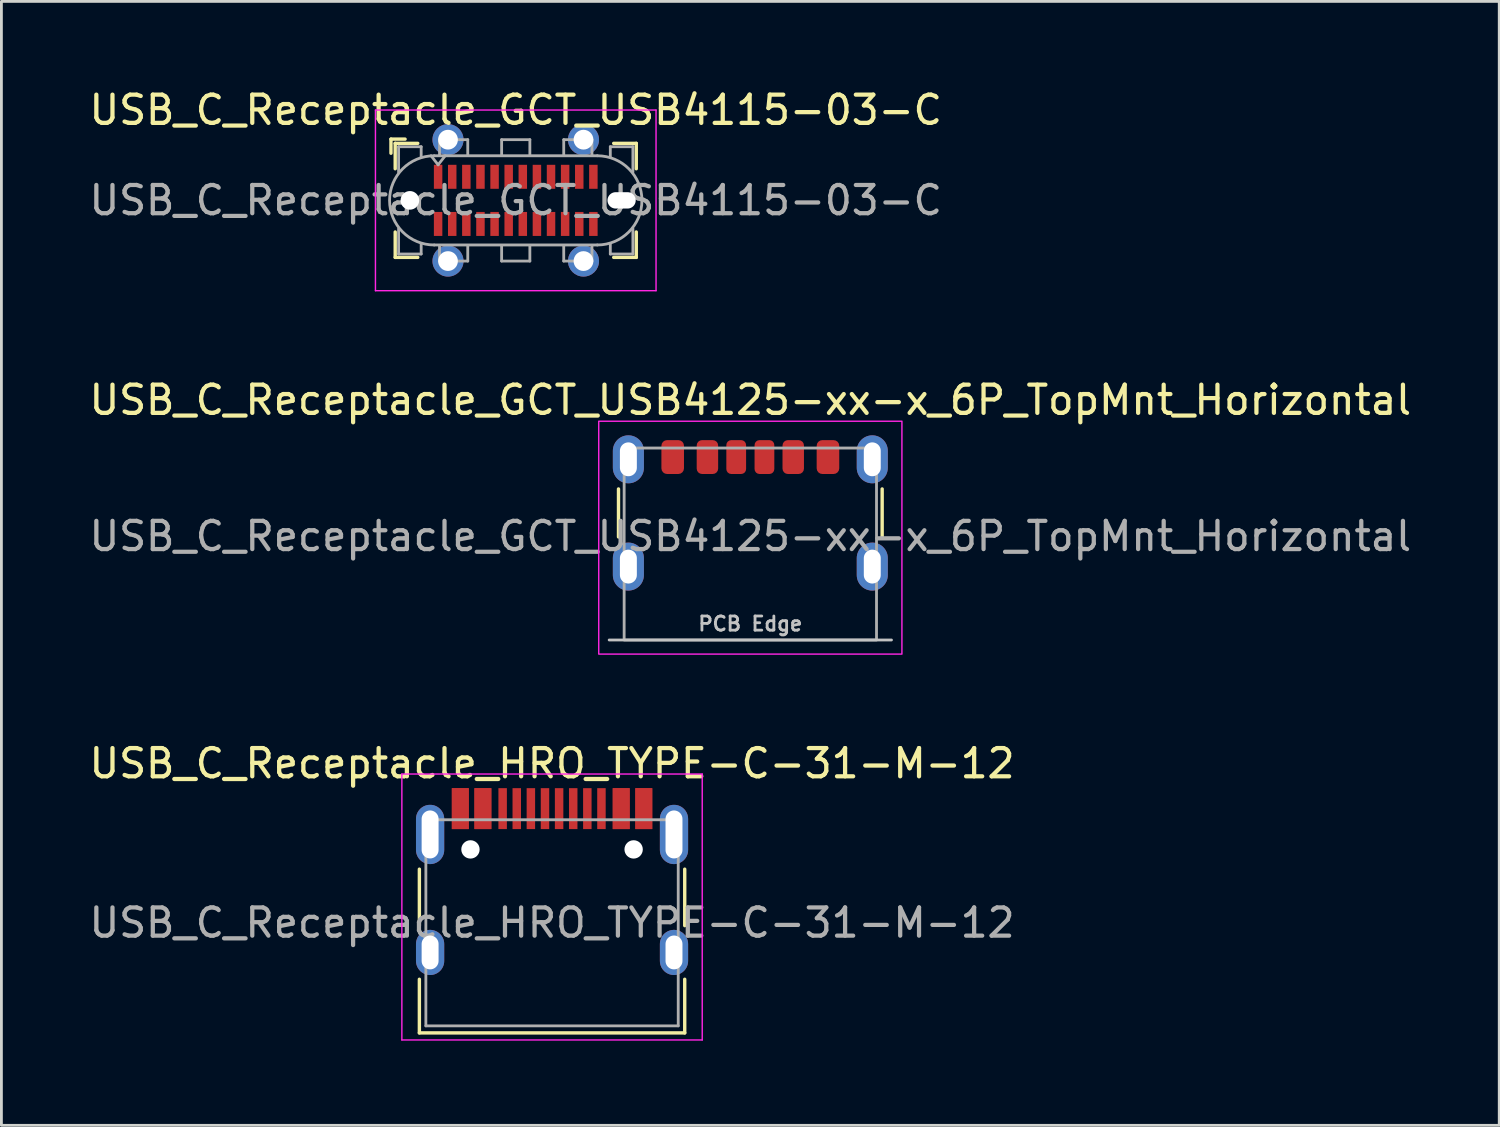
<source format=kicad_pcb>
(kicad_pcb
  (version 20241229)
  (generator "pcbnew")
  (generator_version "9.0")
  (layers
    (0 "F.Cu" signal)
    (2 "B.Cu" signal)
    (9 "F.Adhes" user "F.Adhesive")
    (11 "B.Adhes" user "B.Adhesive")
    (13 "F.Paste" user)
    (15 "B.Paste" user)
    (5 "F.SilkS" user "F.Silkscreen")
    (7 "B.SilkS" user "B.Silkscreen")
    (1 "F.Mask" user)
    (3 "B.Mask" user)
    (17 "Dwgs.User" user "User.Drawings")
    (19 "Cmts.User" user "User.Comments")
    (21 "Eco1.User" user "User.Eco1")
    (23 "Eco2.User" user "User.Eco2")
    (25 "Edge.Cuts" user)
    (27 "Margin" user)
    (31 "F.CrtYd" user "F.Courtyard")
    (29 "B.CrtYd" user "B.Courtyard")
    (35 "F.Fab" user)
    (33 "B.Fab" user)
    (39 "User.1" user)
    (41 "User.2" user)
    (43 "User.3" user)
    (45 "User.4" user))
  (footprint "USB_C_Receptacle_HRO_TYPE-C-31-M-12"
    (layer "F.Cu")
    (at 16.506 29.64)
    (property "Reference" "USB_C_Receptacle_HRO_TYPE-C-31-M-12" (at 0 -5.645 0) (layer "F.SilkS") (effects (font (size 1 1) (thickness 0.15))))
    (attr smd)
    (fp_line (start -4.7 -1.9) (end -4.7 0.1) (stroke (width 0.12) (type solid)) (layer "F.SilkS"))
    (fp_line (start -4.7 2) (end -4.7 3.9) (stroke (width 0.12) (type solid)) (layer "F.SilkS"))
    (fp_line (start -4.7 3.9) (end 4.7 3.9) (stroke (width 0.12) (type solid)) (layer "F.SilkS"))
    (fp_line (start 4.7 -1.9) (end 4.7 0.1) (stroke (width 0.12) (type solid)) (layer "F.SilkS"))
    (fp_line (start 4.7 2) (end 4.7 3.9) (stroke (width 0.12) (type solid)) (layer "F.SilkS"))
    (fp_line (start -5.32 -5.27) (end -5.32 4.15) (stroke (width 0.05) (type solid)) (layer "F.CrtYd"))
    (fp_line (start -5.32 -5.27) (end 5.32 -5.27) (stroke (width 0.05) (type solid)) (layer "F.CrtYd"))
    (fp_line (start -5.32 4.15) (end 5.32 4.15) (stroke (width 0.05) (type solid)) (layer "F.CrtYd"))
    (fp_line (start 5.32 -5.27) (end 5.32 4.15) (stroke (width 0.05) (type solid)) (layer "F.CrtYd"))
    (fp_line (start -4.47 -3.65) (end -4.47 3.65) (stroke (width 0.1) (type solid)) (layer "F.Fab"))
    (fp_line (start -4.47 -3.65) (end 4.47 -3.65) (stroke (width 0.1) (type solid)) (layer "F.Fab"))
    (fp_line (start -4.47 3.65) (end 4.47 3.65) (stroke (width 0.1) (type solid)) (layer "F.Fab"))
    (fp_line (start 4.47 -3.65) (end 4.47 3.65) (stroke (width 0.1) (type solid)) (layer "F.Fab"))
    (fp_text user "${REFERENCE}" (at 0 0 0) (layer "F.Fab") (effects (font (size 1 1) (thickness 0.15))))
    (pad "" np_thru_hole circle (at -2.89 -2.6) (size 0.65 0.65) (drill 0.65) (layers "*.Cu" "*.Mask"))
    (pad "" np_thru_hole circle (at 2.89 -2.6) (size 0.65 0.65) (drill 0.65) (layers "*.Cu" "*.Mask"))
    (pad "A1" smd rect (at -3.25 -4.045) (size 0.6 1.45) (layers "F.Cu" "F.Mask" "F.Paste"))
    (pad "A4" smd rect (at -2.45 -4.045) (size 0.6 1.45) (layers "F.Cu" "F.Mask" "F.Paste"))
    (pad "A5" smd rect (at -1.25 -4.045) (size 0.3 1.45) (layers "F.Cu" "F.Mask" "F.Paste"))
    (pad "A6" smd rect (at -0.25 -4.045) (size 0.3 1.45) (layers "F.Cu" "F.Mask" "F.Paste"))
    (pad "A7" smd rect (at 0.25 -4.045) (size 0.3 1.45) (layers "F.Cu" "F.Mask" "F.Paste"))
    (pad "A8" smd rect (at 1.25 -4.045) (size 0.3 1.45) (layers "F.Cu" "F.Mask" "F.Paste"))
    (pad "A9" smd rect (at 2.45 -4.045) (size 0.6 1.45) (layers "F.Cu" "F.Mask" "F.Paste"))
    (pad "A12" smd rect (at 3.25 -4.045) (size 0.6 1.45) (layers "F.Cu" "F.Mask" "F.Paste"))
    (pad "B1" smd rect (at 3.25 -4.045) (size 0.6 1.45) (layers "F.Cu" "F.Mask" "F.Paste"))
    (pad "B4" smd rect (at 2.45 -4.045) (size 0.6 1.45) (layers "F.Cu" "F.Mask" "F.Paste"))
    (pad "B5" smd rect (at 1.75 -4.045) (size 0.3 1.45) (layers "F.Cu" "F.Mask" "F.Paste"))
    (pad "B6" smd rect (at 0.75 -4.045) (size 0.3 1.45) (layers "F.Cu" "F.Mask" "F.Paste"))
    (pad "B7" smd rect (at -0.75 -4.045) (size 0.3 1.45) (layers "F.Cu" "F.Mask" "F.Paste"))
    (pad "B8" smd rect (at -1.75 -4.045) (size 0.3 1.45) (layers "F.Cu" "F.Mask" "F.Paste"))
    (pad "B9" smd rect (at -2.45 -4.045) (size 0.6 1.45) (layers "F.Cu" "F.Mask" "F.Paste"))
    (pad "B12" smd rect (at -3.25 -4.045) (size 0.6 1.45) (layers "F.Cu" "F.Mask" "F.Paste"))
    (pad "S1" thru_hole oval (at -4.32 -3.13) (size 1 2.1) (drill oval 0.6 1.7) (layers "*.Cu" "*.Mask"))
    (pad "S1" thru_hole oval (at -4.32 1.05) (size 1 1.6) (drill oval 0.6 1.2) (layers "*.Cu" "*.Mask"))
    (pad "S1" thru_hole oval (at 4.32 -3.13) (size 1 2.1) (drill oval 0.6 1.7) (layers "*.Cu" "*.Mask"))
    (pad "S1" thru_hole oval (at 4.32 1.05) (size 1 1.6) (drill oval 0.6 1.2) (layers "*.Cu" "*.Mask")))
  (footprint "USB_C_Receptacle_GCT_USB4125-xx-x_6P_TopMnt_Horizontal"
    (layer "F.Cu")
    (at 23.53 16.221)
    (property "Reference" "USB_C_Receptacle_GCT_USB4125-xx-x_6P_TopMnt_Horizontal" (at 0 -5.1 0) (unlocked yes) (layer "F.SilkS") (effects (font (size 1 1) (thickness 0.15))))
    (attr smd)
    (fp_line (start -4.67 -0.25) (end -4.67 -1.95) (stroke (width 0.12) (type solid)) (layer "F.SilkS"))
    (fp_line (start 4.67 -0.25) (end 4.67 -1.95) (stroke (width 0.12) (type solid)) (layer "F.SilkS"))
    (fp_line (start 5 3.4) (end -5 3.4) (stroke (width 0.1) (type solid)) (layer "Dwgs.User"))
    (fp_rect (start -5.37 -4.35) (end 5.37 3.9) (stroke (width 0.05) (type solid)) (fill no) (layer "F.CrtYd"))
    (fp_rect (start -4.47 -3.4) (end 4.47 3.4) (stroke (width 0.1) (type solid)) (fill no) (layer "F.Fab"))
    (fp_text user "PCB Edge" (at 0 2.825 0) (unlocked yes) (layer "Dwgs.User") (effects (font (size 0.5 0.5) (thickness 0.1))))
    (fp_text user "${REFERENCE}" (at 0 -0.275 0) (unlocked yes) (layer "F.Fab") (effects (font (size 1 1) (thickness 0.15))))
    (pad "A5" smd roundrect (at -0.5 -3.08) (size 0.7 1.2) (layers "F.Cu" "F.Mask" "F.Paste") (roundrect_rratio 0.25))
    (pad "A9" smd roundrect (at 1.52 -3.08 180) (size 0.76 1.2) (layers "F.Cu" "F.Mask" "F.Paste") (roundrect_rratio 0.25))
    (pad "A12" smd roundrect (at 2.75 -3.08 180) (size 0.8 1.2) (layers "F.Cu" "F.Mask" "F.Paste") (roundrect_rratio 0.25))
    (pad "B5" smd roundrect (at 0.5 -3.08 180) (size 0.7 1.2) (layers "F.Cu" "F.Mask" "F.Paste") (roundrect_rratio 0.25))
    (pad "B9" smd roundrect (at -1.52 -3.08) (size 0.76 1.2) (layers "F.Cu" "F.Mask" "F.Paste") (roundrect_rratio 0.25))
    (pad "B12" smd roundrect (at -2.75 -3.08) (size 0.8 1.2) (layers "F.Cu" "F.Mask" "F.Paste") (roundrect_rratio 0.25))
    (pad "S1" thru_hole oval (at -4.32 -3) (size 1.1 1.7) (drill oval 0.6 1.2) (layers "*.Cu" "*.Mask" "F.Paste"))
    (pad "S1" thru_hole oval (at -4.32 0.8) (size 1.1 1.7) (drill oval 0.6 1.2) (layers "*.Cu" "*.Mask" "F.Paste"))
    (pad "S1" thru_hole oval (at 4.32 -3) (size 1.1 1.7) (drill oval 0.6 1.2) (layers "*.Cu" "*.Mask" "F.Paste"))
    (pad "S1" thru_hole oval (at 4.32 0.8) (size 1.1 1.7) (drill oval 0.6 1.2) (layers "*.Cu" "*.Mask" "F.Paste")))
  (footprint "USB_C_Receptacle_GCT_USB4115-03-C"
    (layer "F.Cu")
    (at 15.22 4.048)
    (property "Reference" "USB_C_Receptacle_GCT_USB4115-03-C" (at 0 -3.2 0) (layer "F.SilkS") (effects (font (size 1 1) (thickness 0.15))))
    (attr smd)
    (fp_line (start -4.42 -2.17) (end -4.42 -1.67) (stroke (width 0.12) (type solid)) (layer "F.SilkS"))
    (fp_line (start -4.42 -2.17) (end -3.92 -2.17) (stroke (width 0.12) (type solid)) (layer "F.SilkS"))
    (fp_line (start -4.27 -2.02) (end -4.27 -1.12) (stroke (width 0.12) (type solid)) (layer "F.SilkS"))
    (fp_line (start -4.27 -2.02) (end -3.47 -2.02) (stroke (width 0.12) (type solid)) (layer "F.SilkS"))
    (fp_line (start -4.27 2.02) (end -4.27 1.12) (stroke (width 0.12) (type solid)) (layer "F.SilkS"))
    (fp_line (start -4.27 2.02) (end -3.47 2.02) (stroke (width 0.12) (type solid)) (layer "F.SilkS"))
    (fp_line (start 4.27 -2.02) (end 3.47 -2.02) (stroke (width 0.12) (type solid)) (layer "F.SilkS"))
    (fp_line (start 4.27 -2.02) (end 4.27 -1.12) (stroke (width 0.12) (type solid)) (layer "F.SilkS"))
    (fp_line (start 4.27 2.02) (end 3.47 2.02) (stroke (width 0.12) (type solid)) (layer "F.SilkS"))
    (fp_line (start 4.27 2.02) (end 4.27 1.12) (stroke (width 0.12) (type solid)) (layer "F.SilkS"))
    (fp_line (start -4.97 -3.2) (end -4.97 3.2) (stroke (width 0.05) (type solid)) (layer "F.CrtYd"))
    (fp_line (start -4.97 3.2) (end 4.97 3.2) (stroke (width 0.05) (type solid)) (layer "F.CrtYd"))
    (fp_line (start 4.97 -3.2) (end -4.97 -3.2) (stroke (width 0.05) (type solid)) (layer "F.CrtYd"))
    (fp_line (start 4.97 3.2) (end 4.97 -3.2) (stroke (width 0.05) (type solid)) (layer "F.CrtYd"))
    (fp_line (start -4.15 -1.9) (end -4.15 -1) (stroke (width 0.1) (type solid)) (layer "F.Fab"))
    (fp_line (start -4.15 -1.9) (end -3.35 -1.9) (stroke (width 0.1) (type solid)) (layer "F.Fab"))
    (fp_line (start -4.15 1.9) (end -4.15 1) (stroke (width 0.1) (type solid)) (layer "F.Fab"))
    (fp_line (start -4.15 1.9) (end -3.35 1.9) (stroke (width 0.1) (type solid)) (layer "F.Fab"))
    (fp_line (start -3.35 -1.9) (end -3.35 -1.55) (stroke (width 0.1) (type solid)) (layer "F.Fab"))
    (fp_line (start -3.35 1.9) (end -3.35 1.55) (stroke (width 0.1) (type solid)) (layer "F.Fab"))
    (fp_line (start -2.89 1.58) (end 2.89 1.58) (stroke (width 0.1) (type solid)) (layer "F.Fab"))
    (fp_line (start -2.75 -1.26) (end -3 -1.58) (stroke (width 0.1) (type solid)) (layer "F.Fab"))
    (fp_line (start -2.7 -2.15) (end -1.7 -2.15) (stroke (width 0.1) (type solid)) (layer "F.Fab"))
    (fp_line (start -2.7 -1.6) (end -2.7 -2.15) (stroke (width 0.1) (type solid)) (layer "F.Fab"))
    (fp_line (start -2.7 1.6) (end -2.7 2.15) (stroke (width 0.1) (type solid)) (layer "F.Fab"))
    (fp_line (start -2.7 2.15) (end -1.7 2.15) (stroke (width 0.1) (type solid)) (layer "F.Fab"))
    (fp_line (start -2.5 -1.58) (end -2.75 -1.26) (stroke (width 0.1) (type solid)) (layer "F.Fab"))
    (fp_line (start -1.7 -2.15) (end -1.7 -1.6) (stroke (width 0.1) (type solid)) (layer "F.Fab"))
    (fp_line (start -1.7 2.15) (end -1.7 1.6) (stroke (width 0.1) (type solid)) (layer "F.Fab"))
    (fp_line (start -0.5 -2.15) (end 0.5 -2.15) (stroke (width 0.1) (type solid)) (layer "F.Fab"))
    (fp_line (start -0.5 -1.6) (end -0.5 -2.15) (stroke (width 0.1) (type solid)) (layer "F.Fab"))
    (fp_line (start -0.5 2.15) (end -0.5 1.6) (stroke (width 0.1) (type solid)) (layer "F.Fab"))
    (fp_line (start 0.5 -2.15) (end 0.5 -1.6) (stroke (width 0.1) (type solid)) (layer "F.Fab"))
    (fp_line (start 0.5 1.6) (end 0.5 2.15) (stroke (width 0.1) (type solid)) (layer "F.Fab"))
    (fp_line (start 0.5 2.15) (end -0.5 2.15) (stroke (width 0.1) (type solid)) (layer "F.Fab"))
    (fp_line (start 1.7 -2.15) (end 1.7 -1.6) (stroke (width 0.1) (type solid)) (layer "F.Fab"))
    (fp_line (start 1.7 2.15) (end 1.7 1.6) (stroke (width 0.1) (type solid)) (layer "F.Fab"))
    (fp_line (start 2.7 -2.15) (end 1.7 -2.15) (stroke (width 0.1) (type solid)) (layer "F.Fab"))
    (fp_line (start 2.7 -1.6) (end 2.7 -2.15) (stroke (width 0.1) (type solid)) (layer "F.Fab"))
    (fp_line (start 2.7 1.6) (end 2.7 2.15) (stroke (width 0.1) (type solid)) (layer "F.Fab"))
    (fp_line (start 2.7 2.15) (end 1.7 2.15) (stroke (width 0.1) (type solid)) (layer "F.Fab"))
    (fp_line (start 2.89 -1.58) (end -2.89 -1.58) (stroke (width 0.1) (type solid)) (layer "F.Fab"))
    (fp_line (start 3.35 -1.9) (end 3.35 -1.55) (stroke (width 0.1) (type solid)) (layer "F.Fab"))
    (fp_line (start 3.35 1.9) (end 3.35 1.55) (stroke (width 0.1) (type solid)) (layer "F.Fab"))
    (fp_line (start 4.15 -1.9) (end 3.35 -1.9) (stroke (width 0.1) (type solid)) (layer "F.Fab"))
    (fp_line (start 4.15 -1.9) (end 4.15 -1) (stroke (width 0.1) (type solid)) (layer "F.Fab"))
    (fp_line (start 4.15 1.9) (end 3.35 1.9) (stroke (width 0.1) (type solid)) (layer "F.Fab"))
    (fp_line (start 4.15 1.9) (end 4.15 1) (stroke (width 0.1) (type solid)) (layer "F.Fab"))
    (fp_arc (start -2.89 1.58) (mid -4.47 0) (end -2.89 -1.58) (stroke (width 0.1) (type solid)) (layer "F.Fab"))
    (fp_arc (start 2.89 -1.58) (mid 4.47 0) (end 2.89 1.58) (stroke (width 0.1) (type solid)) (layer "F.Fab"))
    (fp_text user "${REFERENCE}" (at 0 0 0) (unlocked yes) (layer "F.Fab") (effects (font (size 1 1) (thickness 0.15))))
    (pad "" np_thru_hole circle (at -3.75 0) (size 0.66 0.66) (drill 0.66) (layers "*.Cu" "*.Mask"))
    (pad "" np_thru_hole oval (at 3.75 0) (size 1 0.58) (drill oval 1 0.58) (layers "*.Cu" "*.Mask"))
    (pad "A1" smd rect (at -2.75 -0.835) (size 0.3 0.85) (layers "F.Cu" "F.Mask" "F.Paste"))
    (pad "A2" smd rect (at -2.25 -0.835) (size 0.3 0.85) (layers "F.Cu" "F.Mask" "F.Paste"))
    (pad "A3" smd rect (at -1.75 -0.835) (size 0.3 0.85) (layers "F.Cu" "F.Mask" "F.Paste"))
    (pad "A4" smd rect (at -1.25 -0.835) (size 0.3 0.85) (layers "F.Cu" "F.Mask" "F.Paste"))
    (pad "A5" smd rect (at -0.75 -0.835) (size 0.3 0.85) (layers "F.Cu" "F.Mask" "F.Paste"))
    (pad "A6" smd rect (at -0.25 -0.835) (size 0.3 0.85) (layers "F.Cu" "F.Mask" "F.Paste"))
    (pad "A7" smd rect (at 0.25 -0.835) (size 0.3 0.85) (layers "F.Cu" "F.Mask" "F.Paste"))
    (pad "A8" smd rect (at 0.75 -0.835) (size 0.3 0.85) (layers "F.Cu" "F.Mask" "F.Paste"))
    (pad "A9" smd rect (at 1.25 -0.835) (size 0.3 0.85) (layers "F.Cu" "F.Mask" "F.Paste"))
    (pad "A10" smd rect (at 1.75 -0.835) (size 0.3 0.85) (layers "F.Cu" "F.Mask" "F.Paste"))
    (pad "A11" smd rect (at 2.25 -0.835) (size 0.3 0.85) (layers "F.Cu" "F.Mask" "F.Paste"))
    (pad "A12" smd rect (at 2.75 -0.835) (size 0.3 0.85) (layers "F.Cu" "F.Mask" "F.Paste"))
    (pad "B1" smd rect (at 2.75 0.835) (size 0.3 0.85) (layers "F.Cu" "F.Mask" "F.Paste"))
    (pad "B2" smd rect (at 2.25 0.835) (size 0.3 0.85) (layers "F.Cu" "F.Mask" "F.Paste"))
    (pad "B3" smd rect (at 1.75 0.835) (size 0.3 0.85) (layers "F.Cu" "F.Mask" "F.Paste"))
    (pad "B4" smd rect (at 1.25 0.835) (size 0.3 0.85) (layers "F.Cu" "F.Mask" "F.Paste"))
    (pad "B5" smd rect (at 0.75 0.835) (size 0.3 0.85) (layers "F.Cu" "F.Mask" "F.Paste"))
    (pad "B6" smd rect (at 0.25 0.835) (size 0.3 0.85) (layers "F.Cu" "F.Mask" "F.Paste"))
    (pad "B7" smd rect (at -0.25 0.835) (size 0.3 0.85) (layers "F.Cu" "F.Mask" "F.Paste"))
    (pad "B8" smd rect (at -0.75 0.835) (size 0.3 0.85) (layers "F.Cu" "F.Mask" "F.Paste"))
    (pad "B9" smd rect (at -1.25 0.835) (size 0.3 0.85) (layers "F.Cu" "F.Mask" "F.Paste"))
    (pad "B10" smd rect (at -1.75 0.835) (size 0.3 0.85) (layers "F.Cu" "F.Mask" "F.Paste"))
    (pad "B11" smd rect (at -2.25 0.835) (size 0.3 0.85) (layers "F.Cu" "F.Mask" "F.Paste"))
    (pad "B12" smd rect (at -2.75 0.835) (size 0.3 0.85) (layers "F.Cu" "F.Mask" "F.Paste"))
    (pad "S1" thru_hole circle (at -2.4 -2.15) (size 1.1 1.1) (drill 0.7) (layers "*.Cu" "*.Mask" "F.Paste"))
    (pad "S1" thru_hole circle (at -2.4 2.15) (size 1.1 1.1) (drill 0.7) (layers "*.Cu" "*.Mask" "F.Paste"))
    (pad "S1" thru_hole circle (at 2.4 -2.15) (size 1.1 1.1) (drill 0.7) (layers "*.Cu" "*.Mask" "F.Paste"))
    (pad "S1" thru_hole circle (at 2.4 2.15) (size 1.1 1.1) (drill 0.7) (layers "*.Cu" "*.Mask" "F.Paste"))
    (zone (net_name "") (layer "F.Cu") (name "peg") (hatch full 0.508) (connect_pads) (min_thickness 0.254) (filled_areas_thickness no) (keepout (tracks allowed) (vias allowed) (pads not_allowed) (copperpour not_allowed) (footprints not_allowed)) (placement (enabled no)) (fill) (polygon (pts (xy 16.02 2.248) (xy 14.42 2.248) (xy 14.42 1.548) (xy 16.02 1.548))))
    (zone (net_name "") (layer "F.Cu") (name "peg") (hatch full 0.508) (connect_pads) (min_thickness 0.254) (filled_areas_thickness no) (keepout (tracks allowed) (vias allowed) (pads not_allowed) (copperpour not_allowed) (footprints not_allowed)) (placement (enabled no)) (fill) (polygon (pts (xy 16.02 6.548) (xy 14.42 6.548) (xy 14.42 5.848) (xy 16.02 5.848)))))
  (gr_rect
    (start -3 -3)
    (end 50.06 36.815)
    (stroke (width 0.1) (type default))
    (fill no)
    (layer "Edge.Cuts")))
</source>
